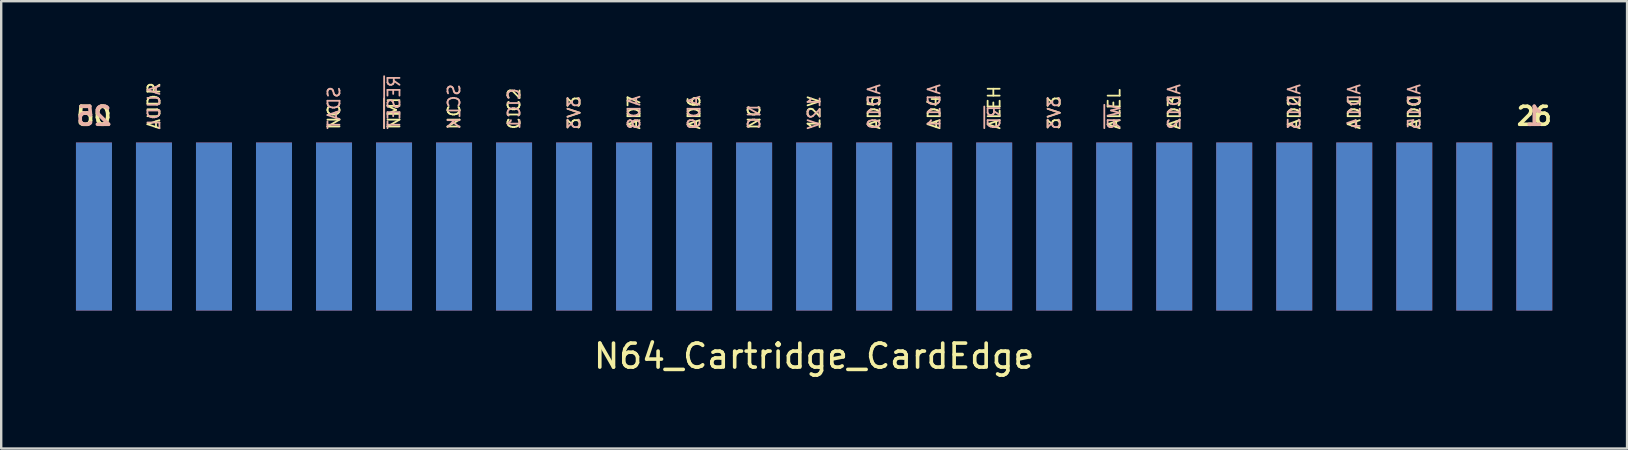
<source format=kicad_pcb>
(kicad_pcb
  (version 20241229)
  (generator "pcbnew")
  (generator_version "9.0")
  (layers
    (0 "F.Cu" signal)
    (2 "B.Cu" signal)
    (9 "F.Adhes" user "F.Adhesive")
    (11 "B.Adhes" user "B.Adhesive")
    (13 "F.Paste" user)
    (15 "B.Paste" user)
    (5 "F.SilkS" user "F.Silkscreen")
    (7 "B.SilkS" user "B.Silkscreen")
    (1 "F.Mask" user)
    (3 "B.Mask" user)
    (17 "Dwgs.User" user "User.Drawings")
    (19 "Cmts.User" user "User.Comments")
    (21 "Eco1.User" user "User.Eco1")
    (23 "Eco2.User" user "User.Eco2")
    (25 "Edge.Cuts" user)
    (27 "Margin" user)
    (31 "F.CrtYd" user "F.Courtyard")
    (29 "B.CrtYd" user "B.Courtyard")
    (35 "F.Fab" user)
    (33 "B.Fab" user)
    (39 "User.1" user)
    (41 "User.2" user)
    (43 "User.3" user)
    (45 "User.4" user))
  (footprint "N64_Cartridge_CardEdge"
    (layer "F.Cu")
    (at 30.864 6.387)
    (property "Reference" "N64_Cartridge_CardEdge" (at 0 5.4 0) (layer "F.SilkS") (effects (font (size 1 1) (thickness 0.15))))
    (attr through_hole)
    (fp_text user "3V3" (at 10 -4 90) (unlocked yes) (layer "F.SilkS") (effects (font (size 0.5 0.5) (thickness 0.075)) (justify left)))
    (fp_text user "AD2" (at 20 -4 90) (unlocked yes) (layer "F.SilkS") (effects (font (size 0.5 0.5) (thickness 0.075)) (justify left)))
    (fp_text user "NC" (at -2.5 -4 90) (unlocked yes) (layer "F.SilkS") (effects (font (size 0.5 0.5) (thickness 0.075)) (justify left)))
    (fp_text user "NC" (at -20 -4 90) (unlocked yes) (layer "F.SilkS") (effects (font (size 0.5 0.5) (thickness 0.075)) (justify left)))
    (fp_text user "AD6" (at -5 -4 90) (unlocked yes) (layer "F.SilkS") (effects (font (size 0.5 0.5) (thickness 0.075)) (justify left)))
    (fp_text user "CIC2" (at -12.5 -4 90) (unlocked yes) (layer "F.SilkS") (effects (font (size 0.5 0.5) (thickness 0.075)) (justify left)))
    (fp_text user "AD3" (at 15 -4 90) (unlocked yes) (layer "F.SilkS") (effects (font (size 0.5 0.5) (thickness 0.075)) (justify left)))
    (fp_text user "~{NMI}" (at -17.5 -4 90) (unlocked yes) (layer "F.SilkS") (effects (font (size 0.5 0.5) (thickness 0.075)) (justify left)))
    (fp_text user "3V3" (at -10 -4 90) (unlocked yes) (layer "F.SilkS") (effects (font (size 0.5 0.5) (thickness 0.075)) (justify left)))
    (fp_text user "ALEH" (at 7.5 -4 90) (unlocked yes) (layer "F.SilkS") (effects (font (size 0.5 0.5) (thickness 0.075)) (justify left)))
    (fp_text user "AD0" (at 25 -4 90) (unlocked yes) (layer "F.SilkS") (effects (font (size 0.5 0.5) (thickness 0.075)) (justify left)))
    (fp_text user "12V" (at 0 -4 90) (unlocked yes) (layer "F.SilkS") (effects (font (size 0.5 0.5) (thickness 0.075)) (justify left)))
    (fp_text user "AUDR" (at -27.5 -4 90) (unlocked yes) (layer "F.SilkS") (effects (font (size 0.5 0.5) (thickness 0.075)) (justify left)))
    (fp_text user "AD5" (at 2.5 -4 90) (unlocked yes) (layer "F.SilkS") (effects (font (size 0.5 0.5) (thickness 0.075)) (justify left)))
    (fp_text user "ALEL" (at 12.5 -4 90) (unlocked yes) (layer "F.SilkS") (effects (font (size 0.5 0.5) (thickness 0.075)) (justify left)))
    (fp_text user "AD7" (at -7.5 -4 90) (unlocked yes) (layer "F.SilkS") (effects (font (size 0.5 0.5) (thickness 0.075)) (justify left)))
    (fp_text user "50" (at -30 -4.6 0) (layer "F.SilkS") (effects (font (size 0.75 0.75) (thickness 0.15))))
    (fp_text user "NC" (at -15 -4 90) (unlocked yes) (layer "F.SilkS") (effects (font (size 0.5 0.5) (thickness 0.075)) (justify left)))
    (fp_text user "AD4" (at 5 -4 90) (unlocked yes) (layer "F.SilkS") (effects (font (size 0.5 0.5) (thickness 0.075)) (justify left)))
    (fp_text user "AD1" (at 22.5 -4 90) (unlocked yes) (layer "F.SilkS") (effects (font (size 0.5 0.5) (thickness 0.075)) (justify left)))
    (fp_text user "26" (at 30 -4.6 0) (layer "F.SilkS") (effects (font (size 0.75 0.75) (thickness 0.15))))
    (fp_text user "25" (at -30 -4.6 0) (layer "B.SilkS") (effects (font (size 0.75 0.75) (thickness 0.15)) (justify mirror)))
    (fp_text user "3V3" (at 10 -4 90) (unlocked yes) (layer "B.SilkS") (effects (font (size 0.5 0.5) (thickness 0.075)) (justify right mirror)))
    (fp_text user "~{RESET}" (at -17.5 -4 90) (unlocked yes) (layer "B.SilkS") (effects (font (size 0.5 0.5) (thickness 0.075)) (justify right mirror)))
    (fp_text user "3V3" (at -10 -4 90) (unlocked yes) (layer "B.SilkS") (effects (font (size 0.5 0.5) (thickness 0.075)) (justify right mirror)))
    (fp_text user "AD13" (at 20 -4 90) (unlocked yes) (layer "B.SilkS") (effects (font (size 0.5 0.5) (thickness 0.075)) (justify right mirror)))
    (fp_text user "CIC1" (at -12.5 -4 90) (unlocked yes) (layer "B.SilkS") (effects (font (size 0.5 0.5) (thickness 0.075)) (justify right mirror)))
    (fp_text user "~{WR}" (at 12.5 -4 90) (unlocked yes) (layer "B.SilkS") (effects (font (size 0.5 0.5) (thickness 0.075)) (justify right mirror)))
    (fp_text user "AD15" (at 25 -4 90) (unlocked yes) (layer "B.SilkS") (effects (font (size 0.5 0.5) (thickness 0.075)) (justify right mirror)))
    (fp_text user "~{RD}" (at 7.5 -4 90) (unlocked yes) (layer "B.SilkS") (effects (font (size 0.5 0.5) (thickness 0.075)) (justify right mirror)))
    (fp_text user "AD14" (at 22.5 -4 90) (unlocked yes) (layer "B.SilkS") (effects (font (size 0.5 0.5) (thickness 0.075)) (justify right mirror)))
    (fp_text user "AD12" (at 15 -4 90) (unlocked yes) (layer "B.SilkS") (effects (font (size 0.5 0.5) (thickness 0.075)) (justify right mirror)))
    (fp_text user "SCLK" (at -15 -4 90) (unlocked yes) (layer "B.SilkS") (effects (font (size 0.5 0.5) (thickness 0.075)) (justify right mirror)))
    (fp_text user "AUDL" (at -27.5 -4 90) (unlocked yes) (layer "B.SilkS") (effects (font (size 0.5 0.5) (thickness 0.075)) (justify right mirror)))
    (fp_text user "1" (at 30 -4.6 0) (layer "B.SilkS") (effects (font (size 0.75 0.75) (thickness 0.15)) (justify mirror)))
    (fp_text user "AD8" (at -7.5 -4 90) (unlocked yes) (layer "B.SilkS") (effects (font (size 0.5 0.5) (thickness 0.075)) (justify right mirror)))
    (fp_text user "AD10" (at 2.5 -4 90) (unlocked yes) (layer "B.SilkS") (effects (font (size 0.5 0.5) (thickness 0.075)) (justify right mirror)))
    (fp_text user "12V" (at 0 -4 90) (unlocked yes) (layer "B.SilkS") (effects (font (size 0.5 0.5) (thickness 0.075)) (justify right mirror)))
    (fp_text user "AD9" (at -5 -4 90) (unlocked yes) (layer "B.SilkS") (effects (font (size 0.5 0.5) (thickness 0.075)) (justify right mirror)))
    (fp_text user "SDAT" (at -20 -4 90) (unlocked yes) (layer "B.SilkS") (effects (font (size 0.5 0.5) (thickness 0.075)) (justify right mirror)))
    (fp_text user "NC" (at -2.5 -4 90) (unlocked yes) (layer "B.SilkS") (effects (font (size 0.5 0.5) (thickness 0.075)) (justify right mirror)))
    (fp_text user "AD11" (at 5 -4 90) (unlocked yes) (layer "B.SilkS") (effects (font (size 0.5 0.5) (thickness 0.075)) (justify right mirror)))
    (pad "1" smd rect (at 30 0) (size 1.5 7) (layers "B.Cu"))
    (pad "2" smd rect (at 27.5 0) (size 1.5 7) (layers "B.Cu"))
    (pad "3" smd rect (at 25 0) (size 1.5 7) (layers "B.Cu"))
    (pad "4" smd rect (at 22.5 0) (size 1.5 7) (layers "B.Cu"))
    (pad "5" smd rect (at 20 0) (size 1.5 7) (layers "B.Cu"))
    (pad "6" smd rect (at 17.5 0) (size 1.5 7) (layers "B.Cu"))
    (pad "7" smd rect (at 15 0) (size 1.5 7) (layers "B.Cu"))
    (pad "8" smd rect (at 12.5 0) (size 1.5 7) (layers "B.Cu"))
    (pad "9" smd rect (at 10 0) (size 1.5 7) (layers "B.Cu"))
    (pad "10" smd rect (at 7.5 0) (size 1.5 7) (layers "B.Cu"))
    (pad "11" smd rect (at 5 0) (size 1.5 7) (layers "B.Cu"))
    (pad "12" smd rect (at 2.5 0) (size 1.5 7) (layers "B.Cu"))
    (pad "13" smd rect (at 0 0) (size 1.5 7) (layers "B.Cu"))
    (pad "14" smd rect (at -2.5 0) (size 1.5 7) (layers "B.Cu"))
    (pad "15" smd rect (at -5 0) (size 1.5 7) (layers "B.Cu"))
    (pad "16" smd rect (at -7.5 0) (size 1.5 7) (layers "B.Cu"))
    (pad "17" smd rect (at -10 0) (size 1.5 7) (layers "B.Cu"))
    (pad "18" smd rect (at -12.5 0) (size 1.5 7) (layers "B.Cu"))
    (pad "19" smd rect (at -15 0) (size 1.5 7) (layers "B.Cu"))
    (pad "20" smd rect (at -17.5 0) (size 1.5 7) (layers "B.Cu"))
    (pad "21" smd rect (at -20 0) (size 1.5 7) (layers "B.Cu"))
    (pad "22" smd rect (at -22.5 0) (size 1.5 7) (layers "B.Cu"))
    (pad "23" smd rect (at -25 0) (size 1.5 7) (layers "B.Cu"))
    (pad "24" smd rect (at -27.5 0) (size 1.5 7) (layers "B.Cu"))
    (pad "25" smd rect (at -30 0) (size 1.5 7) (layers "B.Cu"))
    (pad "26" smd rect (at 30 0) (size 1.5 7) (layers "F.Cu"))
    (pad "27" smd rect (at 27.5 0) (size 1.5 7) (layers "F.Cu"))
    (pad "28" smd rect (at 25 0) (size 1.5 7) (layers "F.Cu"))
    (pad "29" smd rect (at 22.5 0) (size 1.5 7) (layers "F.Cu"))
    (pad "30" smd rect (at 20 0) (size 1.5 7) (layers "F.Cu"))
    (pad "31" smd rect (at 17.5 0) (size 1.5 7) (layers "F.Cu"))
    (pad "32" smd rect (at 15 0) (size 1.5 7) (layers "F.Cu"))
    (pad "33" smd rect (at 12.5 0) (size 1.5 7) (layers "F.Cu"))
    (pad "34" smd rect (at 10 0) (size 1.5 7) (layers "F.Cu"))
    (pad "35" smd rect (at 7.5 0) (size 1.5 7) (layers "F.Cu"))
    (pad "36" smd rect (at 5 0) (size 1.5 7) (layers "F.Cu"))
    (pad "37" smd rect (at 2.5 0) (size 1.5 7) (layers "F.Cu"))
    (pad "38" smd rect (at 0 0) (size 1.5 7) (layers "F.Cu"))
    (pad "39" smd rect (at -2.5 0) (size 1.5 7) (layers "F.Cu"))
    (pad "40" smd rect (at -5 0) (size 1.5 7) (layers "F.Cu"))
    (pad "41" smd rect (at -7.5 0) (size 1.5 7) (layers "F.Cu"))
    (pad "42" smd rect (at -10 0) (size 1.5 7) (layers "F.Cu"))
    (pad "43" smd rect (at -12.5 0) (size 1.5 7) (layers "F.Cu"))
    (pad "44" smd rect (at -15 0) (size 1.5 7) (layers "F.Cu"))
    (pad "45" smd rect (at -17.5 0) (size 1.5 7) (layers "F.Cu"))
    (pad "46" smd rect (at -20 0) (size 1.5 7) (layers "F.Cu"))
    (pad "47" smd rect (at -22.5 0) (size 1.5 7) (layers "F.Cu"))
    (pad "48" smd rect (at -25 0) (size 1.5 7) (layers "F.Cu"))
    (pad "49" smd rect (at -27.5 0) (size 1.5 7) (layers "F.Cu"))
    (pad "50" smd rect (at -30 0) (size 1.5 7) (layers "F.Cu")))
  (gr_rect
    (start -3 -3)
    (end 64.729 15.635)
    (stroke (width 0.1) (type default))
    (fill no)
    (layer "Edge.Cuts")))
</source>
